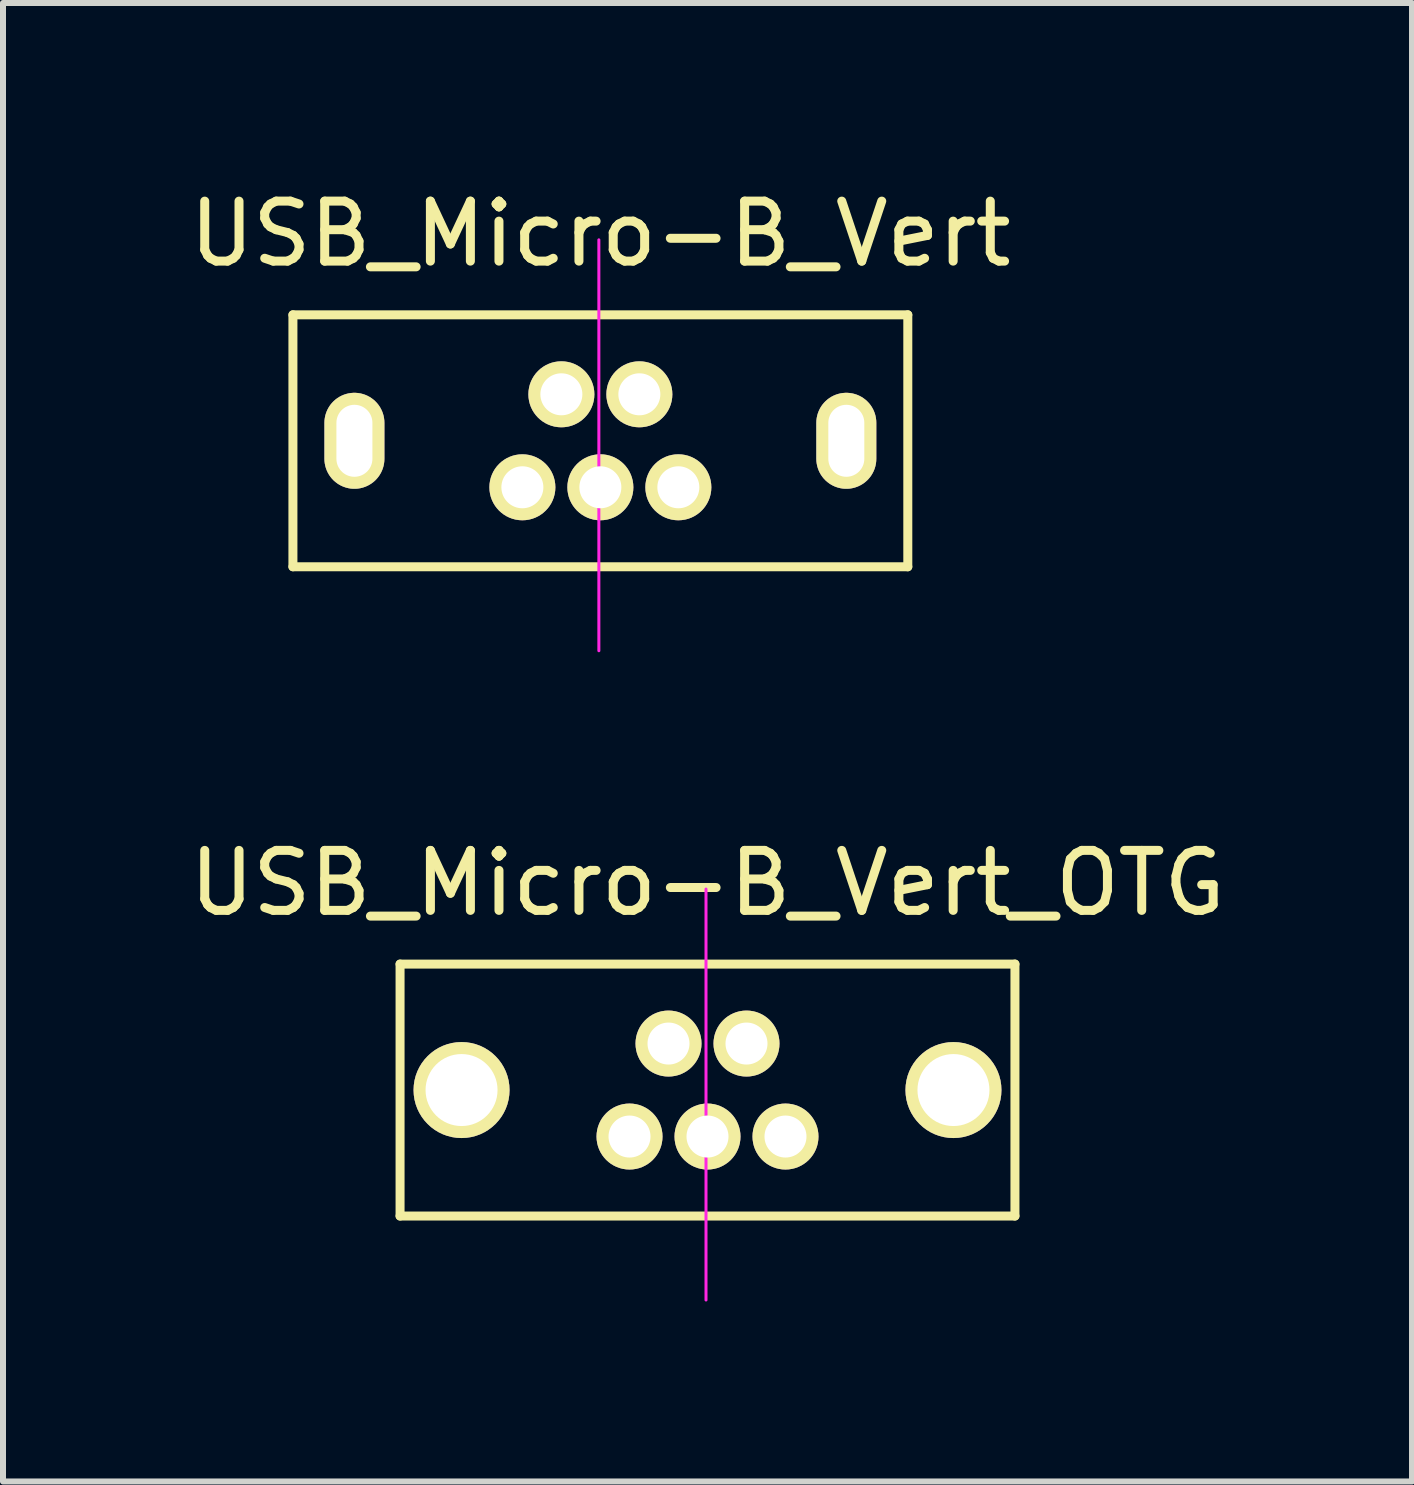
<source format=kicad_pcb>
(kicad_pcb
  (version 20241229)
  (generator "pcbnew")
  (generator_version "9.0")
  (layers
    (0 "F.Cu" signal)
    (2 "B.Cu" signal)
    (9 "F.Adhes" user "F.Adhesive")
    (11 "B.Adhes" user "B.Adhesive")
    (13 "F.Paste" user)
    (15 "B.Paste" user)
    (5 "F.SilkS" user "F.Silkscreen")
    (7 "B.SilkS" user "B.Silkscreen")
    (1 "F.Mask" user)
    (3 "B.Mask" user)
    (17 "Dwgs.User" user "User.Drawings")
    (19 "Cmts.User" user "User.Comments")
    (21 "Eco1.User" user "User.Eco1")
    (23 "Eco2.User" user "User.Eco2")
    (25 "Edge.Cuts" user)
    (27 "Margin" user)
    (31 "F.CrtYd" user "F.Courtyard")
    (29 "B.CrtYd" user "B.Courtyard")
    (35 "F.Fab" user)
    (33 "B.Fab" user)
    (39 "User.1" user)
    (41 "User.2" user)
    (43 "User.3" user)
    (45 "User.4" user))
  (footprint "USB_Micro-B_Vert_OTG"
    (layer "F.Cu")
    (at 8.744 15.121)
    (property "Reference" "USB_Micro-B_Vert_OTG" (at 0 -3.45 0) (layer "F.SilkS") (effects (font (size 1 1) (thickness 0.15))))
    (attr smd)
    (fp_line (start -5.125 -2.1) (end 5.125 -2.1) (stroke (width 0.15) (type solid)) (layer "F.SilkS"))
    (fp_line (start -5.125 2.1) (end -5.125 -2.1) (stroke (width 0.15) (type solid)) (layer "F.SilkS"))
    (fp_line (start 5.125 -2.1) (end 5.125 2.1) (stroke (width 0.15) (type solid)) (layer "F.SilkS"))
    (fp_line (start 5.125 2.1) (end -5.125 2.1) (stroke (width 0.15) (type solid)) (layer "F.SilkS"))
    (fp_line (start -0.025 -3.35) (end -0.025 3.5) (stroke (width 0.05) (type solid)) (layer "F.CrtYd"))
    (pad "1" thru_hole circle (at 1.3 0.775 90) (size 1.1 1.1) (drill 0.7) (layers "*.Cu" "*.Mask" "F.SilkS"))
    (pad "2" thru_hole circle (at 0.65 -0.775 90) (size 1.1 1.1) (drill 0.7) (layers "*.Cu" "*.Mask" "F.SilkS"))
    (pad "3" thru_hole circle (at 0 0.775 90) (size 1.1 1.1) (drill 0.7) (layers "*.Cu" "*.Mask" "F.SilkS"))
    (pad "4" thru_hole circle (at -0.65 -0.775 90) (size 1.1 1.1) (drill 0.7) (layers "*.Cu" "*.Mask" "F.SilkS"))
    (pad "5" thru_hole circle (at -1.3 0.775 90) (size 1.1 1.1) (drill 0.7) (layers "*.Cu" "*.Mask" "F.SilkS"))
    (pad "6" thru_hole circle (at -4.1 0 90) (size 1.6 1.6) (drill 1.2) (layers "*.Cu" "*.Mask" "F.SilkS"))
    (pad "6" thru_hole circle (at 4.1 0 90) (size 1.6 1.6) (drill 1.2) (layers "*.Cu" "*.Mask" "F.SilkS")))
  (footprint "USB_Micro-B_Vert"
    (layer "F.Cu")
    (at 6.958 4.298)
    (property "Reference" "USB_Micro-B_Vert" (at 0 -3.45 0) (layer "F.SilkS") (effects (font (size 1 1) (thickness 0.15))))
    (attr smd)
    (fp_line (start -5.125 -2.1) (end 5.125 -2.1) (stroke (width 0.15) (type solid)) (layer "F.SilkS"))
    (fp_line (start -5.125 2.1) (end -5.125 -2.1) (stroke (width 0.15) (type solid)) (layer "F.SilkS"))
    (fp_line (start 5.125 -2.1) (end 5.125 2.1) (stroke (width 0.15) (type solid)) (layer "F.SilkS"))
    (fp_line (start 5.125 2.1) (end -5.125 2.1) (stroke (width 0.15) (type solid)) (layer "F.SilkS"))
    (fp_line (start -0.025 -3.35) (end -0.025 3.5) (stroke (width 0.05) (type solid)) (layer "F.CrtYd"))
    (pad "1" thru_hole circle (at -1.3 0.775 90) (size 1.1 1.1) (drill 0.7) (layers "*.Cu" "*.Mask" "F.SilkS"))
    (pad "2" thru_hole circle (at -0.65 -0.775 90) (size 1.1 1.1) (drill 0.7) (layers "*.Cu" "*.Mask" "F.SilkS"))
    (pad "3" thru_hole circle (at 0 0.775 90) (size 1.1 1.1) (drill 0.7) (layers "*.Cu" "*.Mask" "F.SilkS"))
    (pad "4" thru_hole circle (at 0.65 -0.775 90) (size 1.1 1.1) (drill 0.7) (layers "*.Cu" "*.Mask" "F.SilkS"))
    (pad "5" thru_hole circle (at 1.3 0.775 90) (size 1.1 1.1) (drill 0.7) (layers "*.Cu" "*.Mask" "F.SilkS"))
    (pad "6" thru_hole oval (at -4.1 0 90) (size 1.6 1) (drill oval 1.2 0.6) (layers "*.Cu" "*.Mask" "F.SilkS"))
    (pad "6" thru_hole oval (at 4.1 0 90) (size 1.6 1) (drill oval 1.2 0.6) (layers "*.Cu" "*.Mask" "F.SilkS")))
  (gr_rect
    (start -3 -3)
    (end 20.488 21.646)
    (stroke (width 0.1) (type default))
    (fill no)
    (layer "Edge.Cuts")))
</source>
